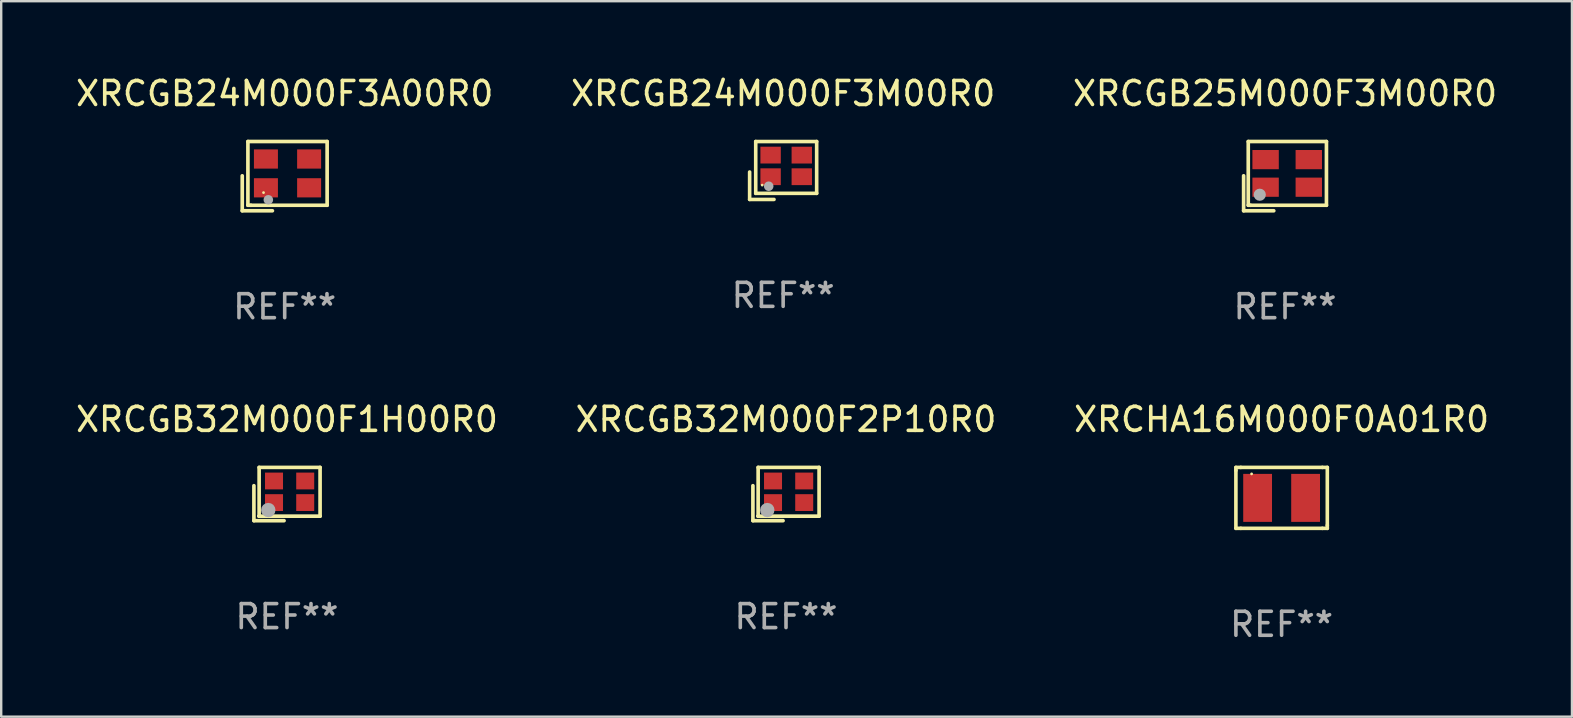
<source format=kicad_pcb>
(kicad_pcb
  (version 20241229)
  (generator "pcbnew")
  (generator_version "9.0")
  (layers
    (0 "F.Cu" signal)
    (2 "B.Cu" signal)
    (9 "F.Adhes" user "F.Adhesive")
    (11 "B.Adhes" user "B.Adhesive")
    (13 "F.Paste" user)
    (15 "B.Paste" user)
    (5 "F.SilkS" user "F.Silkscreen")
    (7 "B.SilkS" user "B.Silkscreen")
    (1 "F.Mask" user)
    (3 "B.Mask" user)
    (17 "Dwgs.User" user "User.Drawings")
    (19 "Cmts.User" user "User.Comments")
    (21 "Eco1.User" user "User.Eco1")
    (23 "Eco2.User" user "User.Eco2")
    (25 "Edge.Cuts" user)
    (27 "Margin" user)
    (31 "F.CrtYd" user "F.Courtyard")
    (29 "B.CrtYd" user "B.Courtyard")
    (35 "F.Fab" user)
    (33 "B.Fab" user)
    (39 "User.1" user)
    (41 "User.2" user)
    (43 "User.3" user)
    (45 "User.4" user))
  (footprint "XRCGB24M000F3M00R0"
    (layer "F.Cu")
    (at 29.589 4.055)
    (property "Reference" "XRCGB24M000F3M00R0" (at 0 -3.207 0) (layer "F.SilkS") (effects (font (size 1 1) (thickness 0.15))))
    (attr through_hole)
    (fp_line (start -1.397 0.064) (end -1.397 1.207) (stroke (width 0.15) (type solid)) (layer "F.SilkS"))
    (fp_line (start -1.397 1.207) (end -0.381 1.207) (stroke (width 0.15) (type solid)) (layer "F.SilkS"))
    (fp_line (start -1.143 -1.207) (end -1.143 0.953) (stroke (width 0.15) (type solid)) (layer "F.SilkS"))
    (fp_line (start -1.143 0.953) (end 1.397 0.953) (stroke (width 0.15) (type solid)) (layer "F.SilkS"))
    (fp_line (start 1.397 -1.207) (end -1.143 -1.207) (stroke (width 0.15) (type solid)) (layer "F.SilkS"))
    (fp_line (start 1.397 0.953) (end 1.397 -1.207) (stroke (width 0.15) (type solid)) (layer "F.SilkS"))
    (fp_circle (center -0.873 0.61) (end -0.843 0.61) (stroke (width 0.06) (type solid)) (fill no) (layer "F.SilkS"))
    (fp_circle (center -0.602 0.656) (end -0.502 0.656) (stroke (width 0.2) (type solid)) (fill no) (layer "F.Fab"))
    (fp_text user "REF**" (at 0 5.207 0) (layer "F.Fab") (effects (font (size 1 1) (thickness 0.15))))
    (pad "1" smd rect (at -0.523 0.26) (size 0.85 0.7) (layers "F.Cu" "F.Mask" "F.Paste"))
    (pad "2" smd rect (at 0.777 0.26) (size 0.85 0.7) (layers "F.Cu" "F.Mask" "F.Paste"))
    (pad "3" smd rect (at 0.777 -0.64) (size 0.85 0.7) (layers "F.Cu" "F.Mask" "F.Paste"))
    (pad "4" smd rect (at -0.523 -0.641) (size 0.85 0.7) (layers "F.Cu" "F.Mask" "F.Paste")))
  (footprint "XRCGB25M000F3M00R0"
    (layer "F.Cu")
    (at 50.506 4.291)
    (property "Reference" "XRCGB25M000F3M00R0" (at 0 -3.443 0) (layer "F.SilkS") (effects (font (size 1 1) (thickness 0.15))))
    (attr through_hole)
    (fp_line (start -1.726 -0.015) (end -1.726 1.443) (stroke (width 0.152) (type solid)) (layer "F.SilkS"))
    (fp_line (start -1.726 1.443) (end -0.469 1.443) (stroke (width 0.152) (type solid)) (layer "F.SilkS"))
    (fp_line (start -1.533 -1.443) (end 1.726 -1.443) (stroke (width 0.152) (type solid)) (layer "F.SilkS"))
    (fp_line (start -1.533 1.214) (end -1.533 -1.443) (stroke (width 0.152) (type solid)) (layer "F.SilkS"))
    (fp_line (start -1.439 1.214) (end -1.533 1.214) (stroke (width 0.152) (type solid)) (layer "F.SilkS"))
    (fp_line (start 1.726 -1.443) (end 1.726 1.214) (stroke (width 0.152) (type solid)) (layer "F.SilkS"))
    (fp_line (start 1.726 1.214) (end -1.439 1.214) (stroke (width 0.152) (type solid)) (layer "F.SilkS"))
    (fp_circle (center -0.91 0.686) (end -0.88 0.686) (stroke (width 0.06) (type solid)) (fill no) (layer "F.SilkS"))
    (fp_circle (center -1.053 0.775) (end -0.926 0.775) (stroke (width 0.254) (type solid)) (fill no) (layer "F.Fab"))
    (fp_text user "REF**" (at 0 5.443 0) (layer "F.Fab") (effects (font (size 1 1) (thickness 0.15))))
    (pad "1" smd rect (at -0.81 0.461) (size 1.1 0.8) (layers "F.Cu" "F.Mask" "F.Paste"))
    (pad "2" smd rect (at 0.99 0.461) (size 1.1 0.8) (layers "F.Cu" "F.Mask" "F.Paste"))
    (pad "3" smd rect (at 0.99 -0.689) (size 1.1 0.8) (layers "F.Cu" "F.Mask" "F.Paste"))
    (pad "4" smd rect (at -0.81 -0.689) (size 1.1 0.8) (layers "F.Cu" "F.Mask" "F.Paste")))
  (footprint "XRCGB24M000F3A00R0"
    (layer "F.Cu")
    (at 8.815 4.291)
    (property "Reference" "XRCGB24M000F3A00R0" (at 0 -3.443 0) (layer "F.SilkS") (effects (font (size 1 1) (thickness 0.15))))
    (attr through_hole)
    (fp_line (start -1.769 -0.014) (end -1.769 1.443) (stroke (width 0.152) (type solid)) (layer "F.SilkS"))
    (fp_line (start -1.769 1.443) (end -0.512 1.443) (stroke (width 0.152) (type solid)) (layer "F.SilkS"))
    (fp_line (start -1.533 -1.443) (end 1.769 -1.443) (stroke (width 0.152) (type solid)) (layer "F.SilkS"))
    (fp_line (start -1.533 1.214) (end -1.533 -1.443) (stroke (width 0.152) (type solid)) (layer "F.SilkS"))
    (fp_line (start -1.411 1.214) (end -1.533 1.214) (stroke (width 0.152) (type solid)) (layer "F.SilkS"))
    (fp_line (start 1.769 -1.443) (end 1.769 1.214) (stroke (width 0.152) (type solid)) (layer "F.SilkS"))
    (fp_line (start 1.769 1.214) (end -1.411 1.214) (stroke (width 0.152) (type solid)) (layer "F.SilkS"))
    (fp_circle (center -0.882 0.686) (end -0.852 0.686) (stroke (width 0.06) (type solid)) (fill no) (layer "F.SilkS"))
    (fp_circle (center -0.682 0.986) (end -0.582 0.986) (stroke (width 0.2) (type solid)) (fill no) (layer "F.Fab"))
    (fp_text user "REF**" (at 0 5.443 0) (layer "F.Fab") (effects (font (size 1 1) (thickness 0.15))))
    (pad "1" smd rect (at -0.782 0.486 90) (size 0.8 1) (layers "F.Cu" "F.Mask" "F.Paste"))
    (pad "2" smd rect (at 1.018 0.486 90) (size 0.8 1) (layers "F.Cu" "F.Mask" "F.Paste"))
    (pad "3" smd rect (at 1.018 -0.714 90) (size 0.8 1) (layers "F.Cu" "F.Mask" "F.Paste"))
    (pad "4" smd rect (at -0.782 -0.714 90) (size 0.8 1) (layers "F.Cu" "F.Mask" "F.Paste")))
  (footprint "XRCGB32M000F1H00R0"
    (layer "F.Cu")
    (at 8.911 17.54)
    (property "Reference" "XRCGB32M000F1H00R0" (at 0 -3.11 0) (layer "F.SilkS") (effects (font (size 1 1) (thickness 0.15))))
    (attr through_hole)
    (fp_line (start -1.379 -0.348) (end -1.379 1.11) (stroke (width 0.152) (type solid)) (layer "F.SilkS"))
    (fp_line (start -1.379 1.11) (end -0.122 1.11) (stroke (width 0.152) (type solid)) (layer "F.SilkS"))
    (fp_line (start -1.161 -1.11) (end 1.379 -1.11) (stroke (width 0.152) (type solid)) (layer "F.SilkS"))
    (fp_line (start -1.161 0.922) (end -1.161 -1.11) (stroke (width 0.152) (type solid)) (layer "F.SilkS"))
    (fp_line (start -1.161 0.922) (end -1.161 0.922) (stroke (width 0.152) (type solid)) (layer "F.SilkS"))
    (fp_line (start -1.161 0.922) (end -1.161 0.922) (stroke (width 0.152) (type solid)) (layer "F.SilkS"))
    (fp_line (start 1.379 -1.11) (end 1.379 0.922) (stroke (width 0.152) (type solid)) (layer "F.SilkS"))
    (fp_line (start 1.379 0.922) (end -1.161 0.922) (stroke (width 0.152) (type solid)) (layer "F.SilkS"))
    (fp_circle (center -0.891 0.706) (end -0.861 0.706) (stroke (width 0.06) (type solid)) (fill no) (layer "F.SilkS"))
    (fp_circle (center -0.78 0.668) (end -0.63 0.668) (stroke (width 0.3) (type solid)) (fill no) (layer "F.Fab"))
    (fp_text user "REF**" (at 0 5.11 0) (layer "F.Fab") (effects (font (size 1 1) (thickness 0.15))))
    (pad "1" smd rect (at -0.541 0.356) (size 0.75 0.7) (layers "F.Cu" "F.Mask" "F.Paste"))
    (pad "2" smd rect (at 0.759 0.356) (size 0.75 0.7) (layers "F.Cu" "F.Mask" "F.Paste"))
    (pad "3" smd rect (at 0.759 -0.544) (size 0.75 0.7) (layers "F.Cu" "F.Mask" "F.Paste"))
    (pad "4" smd rect (at -0.541 -0.544) (size 0.75 0.7) (layers "F.Cu" "F.Mask" "F.Paste")))
  (footprint "XRCGB32M000F2P10R0"
    (layer "F.Cu")
    (at 29.708 17.54)
    (property "Reference" "XRCGB32M000F2P10R0" (at 0 -3.11 0) (layer "F.SilkS") (effects (font (size 1 1) (thickness 0.15))))
    (attr through_hole)
    (fp_line (start -1.379 -0.348) (end -1.379 1.11) (stroke (width 0.152) (type solid)) (layer "F.SilkS"))
    (fp_line (start -1.379 1.11) (end -0.122 1.11) (stroke (width 0.152) (type solid)) (layer "F.SilkS"))
    (fp_line (start -1.161 -1.11) (end 1.379 -1.11) (stroke (width 0.152) (type solid)) (layer "F.SilkS"))
    (fp_line (start -1.161 0.922) (end -1.161 -1.11) (stroke (width 0.152) (type solid)) (layer "F.SilkS"))
    (fp_line (start -1.161 0.922) (end -1.161 0.922) (stroke (width 0.152) (type solid)) (layer "F.SilkS"))
    (fp_line (start -1.161 0.922) (end -1.161 0.922) (stroke (width 0.152) (type solid)) (layer "F.SilkS"))
    (fp_line (start 1.379 -1.11) (end 1.379 0.922) (stroke (width 0.152) (type solid)) (layer "F.SilkS"))
    (fp_line (start 1.379 0.922) (end -1.161 0.922) (stroke (width 0.152) (type solid)) (layer "F.SilkS"))
    (fp_circle (center -0.891 0.706) (end -0.861 0.706) (stroke (width 0.06) (type solid)) (fill no) (layer "F.SilkS"))
    (fp_circle (center -0.78 0.668) (end -0.63 0.668) (stroke (width 0.3) (type solid)) (fill no) (layer "F.Fab"))
    (fp_text user "REF**" (at 0 5.11 0) (layer "F.Fab") (effects (font (size 1 1) (thickness 0.15))))
    (pad "1" smd rect (at -0.541 0.356) (size 0.75 0.7) (layers "F.Cu" "F.Mask" "F.Paste"))
    (pad "2" smd rect (at 0.759 0.356) (size 0.75 0.7) (layers "F.Cu" "F.Mask" "F.Paste"))
    (pad "3" smd rect (at 0.759 -0.544) (size 0.75 0.7) (layers "F.Cu" "F.Mask" "F.Paste"))
    (pad "4" smd rect (at -0.541 -0.544) (size 0.75 0.7) (layers "F.Cu" "F.Mask" "F.Paste")))
  (footprint "XRCHA16M000F0A01R0"
    (layer "F.Cu")
    (at 50.363 17.7)
    (property "Reference" "XRCHA16M000F0A01R0" (at 0 -3.27 0) (layer "F.SilkS") (effects (font (size 1 1) (thickness 0.15))))
    (attr through_hole)
    (fp_line (start -1.905 -1.27) (end -1.7 -1.27) (stroke (width 0.15) (type solid)) (layer "F.SilkS"))
    (fp_line (start -1.905 -1.143) (end -1.905 -1.27) (stroke (width 0.15) (type solid)) (layer "F.SilkS"))
    (fp_line (start -1.905 1.27) (end -1.905 -1.143) (stroke (width 0.15) (type solid)) (layer "F.SilkS"))
    (fp_line (start -1.7 -1.27) (end 1.7 -1.27) (stroke (width 0.15) (type solid)) (layer "F.SilkS"))
    (fp_line (start -1.7 1.27) (end -1.905 1.27) (stroke (width 0.15) (type solid)) (layer "F.SilkS"))
    (fp_line (start -1.7 1.27) (end 1.7 1.27) (stroke (width 0.15) (type solid)) (layer "F.SilkS"))
    (fp_line (start 1.7 -1.27) (end 1.905 -1.27) (stroke (width 0.15) (type solid)) (layer "F.SilkS"))
    (fp_line (start 1.905 -1.27) (end 1.905 1.143) (stroke (width 0.15) (type solid)) (layer "F.SilkS"))
    (fp_line (start 1.905 1.143) (end 1.905 1.27) (stroke (width 0.15) (type solid)) (layer "F.SilkS"))
    (fp_line (start 1.905 1.27) (end 1.7 1.27) (stroke (width 0.15) (type solid)) (layer "F.SilkS"))
    (fp_circle (center -1.25 -1) (end -1.22 -1) (stroke (width 0.06) (type solid)) (fill no) (layer "F.SilkS"))
    (fp_text user "REF**" (at 0 5.27 0) (layer "F.Fab") (effects (font (size 1 1) (thickness 0.15))))
    (pad "1" smd rect (at -1 0) (size 1.2 2) (layers "F.Cu" "F.Mask" "F.Paste"))
    (pad "2" smd rect (at 1 0) (size 1.2 2) (layers "F.Cu" "F.Mask" "F.Paste")))
  (gr_rect
    (start -3 -3)
    (end 62.464 26.819)
    (stroke (width 0.1) (type default))
    (fill no)
    (layer "Edge.Cuts")))
</source>
